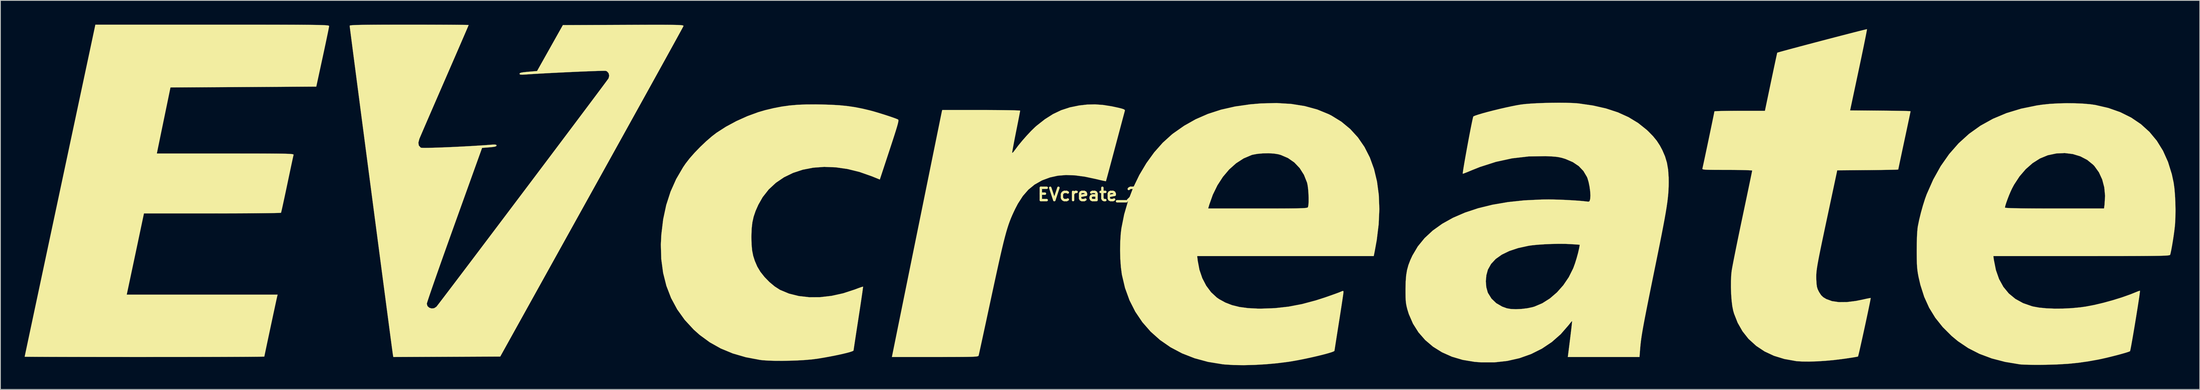
<source format=kicad_pcb>
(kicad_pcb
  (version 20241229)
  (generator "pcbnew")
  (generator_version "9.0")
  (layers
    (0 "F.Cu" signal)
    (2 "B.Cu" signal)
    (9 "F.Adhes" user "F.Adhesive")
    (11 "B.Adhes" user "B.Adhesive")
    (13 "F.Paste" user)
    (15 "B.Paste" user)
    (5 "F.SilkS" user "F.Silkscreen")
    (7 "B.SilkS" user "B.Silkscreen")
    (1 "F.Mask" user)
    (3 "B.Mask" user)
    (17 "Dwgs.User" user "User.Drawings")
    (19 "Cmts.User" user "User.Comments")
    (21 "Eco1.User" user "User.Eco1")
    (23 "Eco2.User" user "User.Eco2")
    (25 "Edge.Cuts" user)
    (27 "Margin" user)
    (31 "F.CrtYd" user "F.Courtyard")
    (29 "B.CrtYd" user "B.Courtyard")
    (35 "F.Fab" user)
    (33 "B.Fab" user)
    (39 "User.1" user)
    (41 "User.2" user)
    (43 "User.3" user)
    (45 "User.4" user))
  (footprint "EVcreate_250"
    (layer "F.Cu")
    (at 133.101 21.036)
    (property "Reference" "EVcreate_250" (at 0 0 0) (layer "F.SilkS") (effects (font (size 1.524 1.524) (thickness 0.3))))
    (attr through_hole)
    (fp_poly (pts (xy -34.37 -11.148) (xy -33.179 -11.11) (xy -32.138 -11.046) (xy -31.194 -10.95) (xy -30.296 -10.816) (xy -29.39 -10.638) (xy -28.455 -10.416) (xy -28.013 -10.296) (xy -27.489 -10.143) (xy -26.924 -9.969) (xy -26.36 -9.789) (xy -25.838 -9.615) (xy -25.4 -9.461) (xy -25.087 -9.341) (xy -24.968 -9.285) (xy -24.933 -9.24) (xy -24.924 -9.146) (xy -24.946 -8.985) (xy -25.002 -8.74) (xy -25.099 -8.391) (xy -25.241 -7.923) (xy -25.433 -7.317) (xy -25.68 -6.555) (xy -25.987 -5.62) (xy -26.018 -5.526) (xy -27.228 -1.857) (xy -28.219 -2.258) (xy -29.735 -2.791) (xy -31.231 -3.16) (xy -32.695 -3.37) (xy -34.114 -3.423) (xy -35.476 -3.323) (xy -36.768 -3.073) (xy -37.977 -2.675) (xy -39.09 -2.134) (xy -40.095 -1.451) (xy -40.979 -0.632) (xy -41.73 0.323) (xy -42.265 1.262) (xy -42.606 2.03) (xy -42.849 2.745) (xy -43.008 3.467) (xy -43.096 4.256) (xy -43.125 5.174) (xy -43.125 5.334) (xy -43.102 6.208) (xy -43.033 6.941) (xy -42.904 7.59) (xy -42.704 8.215) (xy -42.421 8.873) (xy -42.389 8.941) (xy -42.013 9.57) (xy -41.497 10.22) (xy -40.891 10.841) (xy -40.242 11.382) (xy -39.603 11.793) (xy -39.569 11.811) (xy -38.476 12.267) (xy -37.272 12.568) (xy -35.98 12.715) (xy -34.618 12.708) (xy -33.21 12.547) (xy -31.775 12.232) (xy -30.335 11.763) (xy -30.258 11.733) (xy -29.862 11.584) (xy -29.543 11.472) (xy -29.345 11.412) (xy -29.301 11.406) (xy -29.31 11.51) (xy -29.346 11.793) (xy -29.408 12.233) (xy -29.492 12.808) (xy -29.595 13.496) (xy -29.713 14.277) (xy -29.844 15.127) (xy -29.875 15.331) (xy -30.009 16.197) (xy -30.133 17.001) (xy -30.243 17.719) (xy -30.336 18.331) (xy -30.409 18.814) (xy -30.458 19.145) (xy -30.479 19.302) (xy -30.48 19.311) (xy -30.576 19.383) (xy -30.848 19.481) (xy -31.27 19.599) (xy -31.817 19.732) (xy -32.463 19.874) (xy -33.185 20.019) (xy -33.956 20.162) (xy -34.751 20.296) (xy -35.001 20.336) (xy -35.684 20.421) (xy -36.5 20.491) (xy -37.406 20.543) (xy -38.356 20.577) (xy -39.308 20.593) (xy -40.216 20.589) (xy -41.038 20.564) (xy -41.728 20.517) (xy -42.062 20.478) (xy -43.819 20.147) (xy -45.434 19.677) (xy -46.919 19.062) (xy -48.283 18.297) (xy -49.538 17.378) (xy -50.271 16.724) (xy -51.379 15.525) (xy -52.312 14.223) (xy -53.068 12.82) (xy -53.649 11.315) (xy -54.054 9.709) (xy -54.284 8.002) (xy -54.337 6.195) (xy -54.275 4.953) (xy -54.048 3.062) (xy -53.67 1.298) (xy -53.136 -0.355) (xy -52.441 -1.911) (xy -51.58 -3.384) (xy -51.275 -3.831) (xy -50.779 -4.471) (xy -50.159 -5.176) (xy -49.46 -5.897) (xy -48.731 -6.59) (xy -48.016 -7.207) (xy -47.445 -7.645) (xy -46.282 -8.394) (xy -44.986 -9.091) (xy -43.624 -9.704) (xy -42.264 -10.202) (xy -41.384 -10.457) (xy -40.354 -10.701) (xy -39.382 -10.888) (xy -38.421 -11.023) (xy -37.425 -11.11) (xy -36.347 -11.155) (xy -35.142 -11.161) (xy -34.37 -11.148)) (stroke (width 0.01) (type solid)) (fill yes) (layer "F.SilkS"))
    (fp_poly (pts (xy 0.4 -11.092) (xy 1.467 -10.924) (xy 2.264 -10.754) (xy 2.697 -10.647) (xy 2.961 -10.562) (xy 3.089 -10.482) (xy 3.112 -10.395) (xy 3.109 -10.379) (xy 3.073 -10.248) (xy 2.991 -9.942) (xy 2.867 -9.481) (xy 2.708 -8.886) (xy 2.52 -8.18) (xy 2.307 -7.382) (xy 2.076 -6.514) (xy 1.924 -5.944) (xy 1.685 -5.048) (xy 1.463 -4.215) (xy 1.261 -3.465) (xy 1.087 -2.818) (xy 0.945 -2.293) (xy 0.84 -1.912) (xy 0.779 -1.694) (xy 0.765 -1.649) (xy 0.663 -1.661) (xy 0.402 -1.714) (xy 0.022 -1.8) (xy -0.44 -1.91) (xy -0.478 -1.919) (xy -1.841 -2.209) (xy -3.066 -2.374) (xy -4.178 -2.414) (xy -5.201 -2.329) (xy -6.16 -2.117) (xy -7.078 -1.778) (xy -7.207 -1.72) (xy -8.071 -1.229) (xy -8.836 -0.603) (xy -9.517 0.178) (xy -10.132 1.13) (xy -10.468 1.774) (xy -10.656 2.169) (xy -10.828 2.544) (xy -10.987 2.916) (xy -11.138 3.299) (xy -11.285 3.707) (xy -11.431 4.156) (xy -11.581 4.661) (xy -11.738 5.236) (xy -11.907 5.896) (xy -12.09 6.656) (xy -12.293 7.531) (xy -12.52 8.535) (xy -12.773 9.684) (xy -13.058 10.992) (xy -13.378 12.475) (xy -13.612 13.564) (xy -13.848 14.659) (xy -14.071 15.699) (xy -14.28 16.664) (xy -14.469 17.539) (xy -14.635 18.305) (xy -14.775 18.945) (xy -14.884 19.441) (xy -14.958 19.776) (xy -14.995 19.932) (xy -14.997 19.939) (xy -15.019 19.978) (xy -15.07 20.011) (xy -15.166 20.039) (xy -15.325 20.061) (xy -15.561 20.078) (xy -15.891 20.092) (xy -16.332 20.102) (xy -16.899 20.109) (xy -17.609 20.113) (xy -18.478 20.116) (xy -19.522 20.117) (xy -20.39 20.117) (xy -25.73 20.117) (xy -25.674 19.837) (xy -25.608 19.51) (xy -25.507 19.012) (xy -25.374 18.357) (xy -25.212 17.559) (xy -25.024 16.629) (xy -24.811 15.583) (xy -24.577 14.432) (xy -24.325 13.191) (xy -24.057 11.872) (xy -23.776 10.49) (xy -23.485 9.057) (xy -23.186 7.586) (xy -22.882 6.091) (xy -22.576 4.586) (xy -22.27 3.083) (xy -21.967 1.596) (xy -21.671 0.138) (xy -21.383 -1.277) (xy -21.106 -2.637) (xy -20.844 -3.927) (xy -20.598 -5.135) (xy -20.371 -6.247) (xy -20.167 -7.251) (xy -19.987 -8.132) (xy -19.835 -8.877) (xy -19.714 -9.473) (xy -19.625 -9.907) (xy -19.572 -10.165) (xy -19.557 -10.236) (xy -19.503 -10.465) (xy -14.679 -10.465) (xy -13.711 -10.463) (xy -12.808 -10.458) (xy -11.989 -10.451) (xy -11.274 -10.441) (xy -10.684 -10.429) (xy -10.238 -10.415) (xy -9.955 -10.399) (xy -9.855 -10.383) (xy -9.855 -10.383) (xy -9.874 -10.265) (xy -9.929 -9.975) (xy -10.012 -9.541) (xy -10.12 -8.991) (xy -10.247 -8.352) (xy -10.364 -7.769) (xy -10.501 -7.077) (xy -10.622 -6.45) (xy -10.722 -5.917) (xy -10.796 -5.504) (xy -10.837 -5.24) (xy -10.845 -5.153) (xy -10.777 -5.18) (xy -10.634 -5.338) (xy -10.508 -5.506) (xy -10.083 -6.07) (xy -9.574 -6.688) (xy -9.027 -7.309) (xy -8.486 -7.883) (xy -7.996 -8.359) (xy -7.829 -8.507) (xy -6.797 -9.318) (xy -5.792 -9.956) (xy -4.771 -10.442) (xy -3.695 -10.793) (xy -2.54 -11.028) (xy -1.547 -11.14) (xy -0.586 -11.163) (xy 0.4 -11.092)) (stroke (width 0.01) (type solid)) (fill yes) (layer "F.SilkS"))
    (fp_poly (pts (xy 23.702 -11.218) (xy 25.379 -10.951) (xy 26.928 -10.527) (xy 28.35 -9.945) (xy 28.681 -9.777) (xy 29.915 -9.017) (xy 31.009 -8.112) (xy 31.962 -7.069) (xy 32.772 -5.892) (xy 33.437 -4.587) (xy 33.955 -3.16) (xy 34.325 -1.614) (xy 34.546 0.043) (xy 34.615 1.809) (xy 34.532 3.676) (xy 34.293 5.64) (xy 34.03 7.087) (xy 33.92 7.62) (xy 12.062 7.62) (xy 12.131 8.204) (xy 12.342 9.322) (xy 12.696 10.359) (xy 13.181 11.292) (xy 13.782 12.097) (xy 14.486 12.75) (xy 14.783 12.956) (xy 15.549 13.376) (xy 16.379 13.697) (xy 17.303 13.925) (xy 18.35 14.065) (xy 19.548 14.126) (xy 19.964 14.129) (xy 21.682 14.069) (xy 23.353 13.885) (xy 25.027 13.567) (xy 26.753 13.107) (xy 27.838 12.758) (xy 28.402 12.563) (xy 28.926 12.378) (xy 29.369 12.218) (xy 29.686 12.098) (xy 29.794 12.053) (xy 30.036 11.953) (xy 30.145 11.941) (xy 30.174 12.021) (xy 30.175 12.073) (xy 30.16 12.215) (xy 30.116 12.533) (xy 30.047 13.003) (xy 29.957 13.601) (xy 29.849 14.302) (xy 29.727 15.082) (xy 29.616 15.785) (xy 29.486 16.606) (xy 29.367 17.361) (xy 29.262 18.028) (xy 29.175 18.584) (xy 29.11 19.006) (xy 29.069 19.27) (xy 29.058 19.354) (xy 28.962 19.424) (xy 28.695 19.526) (xy 28.283 19.652) (xy 27.753 19.796) (xy 27.134 19.951) (xy 26.452 20.111) (xy 25.736 20.269) (xy 25.013 20.419) (xy 24.309 20.554) (xy 23.654 20.668) (xy 23.317 20.72) (xy 21.959 20.891) (xy 20.562 21.017) (xy 19.17 21.097) (xy 17.827 21.129) (xy 16.578 21.112) (xy 15.469 21.043) (xy 15.189 21.014) (xy 13.413 20.725) (xy 11.746 20.274) (xy 10.194 19.668) (xy 8.765 18.912) (xy 7.464 18.012) (xy 6.299 16.975) (xy 5.277 15.806) (xy 4.403 14.512) (xy 3.685 13.098) (xy 3.13 11.57) (xy 2.744 9.934) (xy 2.736 9.891) (xy 2.619 9.003) (xy 2.546 7.984) (xy 2.519 6.903) (xy 2.538 5.828) (xy 2.604 4.826) (xy 2.684 4.166) (xy 3.027 2.45) (xy 3.238 1.727) (xy 13.422 1.727) (xy 19.567 1.727) (xy 20.84 1.727) (xy 21.925 1.726) (xy 22.837 1.723) (xy 23.592 1.719) (xy 24.204 1.713) (xy 24.688 1.704) (xy 25.061 1.692) (xy 25.336 1.677) (xy 25.53 1.657) (xy 25.657 1.634) (xy 25.732 1.605) (xy 25.771 1.572) (xy 25.783 1.549) (xy 25.833 1.3) (xy 25.858 0.902) (xy 25.859 0.408) (xy 25.839 -0.129) (xy 25.799 -0.655) (xy 25.741 -1.118) (xy 25.668 -1.466) (xy 25.666 -1.473) (xy 25.282 -2.437) (xy 24.751 -3.274) (xy 24.086 -3.973) (xy 23.3 -4.519) (xy 22.407 -4.901) (xy 22.086 -4.989) (xy 21.545 -5.074) (xy 20.887 -5.108) (xy 20.186 -5.094) (xy 19.515 -5.035) (xy 18.946 -4.931) (xy 18.796 -4.889) (xy 17.813 -4.472) (xy 16.885 -3.873) (xy 16.025 -3.107) (xy 15.248 -2.19) (xy 14.567 -1.139) (xy 13.996 0.029) (xy 13.574 1.215) (xy 13.422 1.727) (xy 3.238 1.727) (xy 3.519 0.765) (xy 4.149 -0.868) (xy 4.905 -2.425) (xy 5.773 -3.883) (xy 6.74 -5.219) (xy 7.795 -6.41) (xy 8.925 -7.434) (xy 9.084 -7.558) (xy 10.445 -8.513) (xy 11.873 -9.318) (xy 13.387 -9.979) (xy 15.005 -10.504) (xy 16.742 -10.898) (xy 18.618 -11.167) (xy 19.963 -11.281) (xy 21.897 -11.328) (xy 23.702 -11.218)) (stroke (width 0.01) (type solid)) (fill yes) (layer "F.SilkS"))
    (fp_poly (pts (xy -107.869 -21.031) (xy -106.059 -21.031) (xy -104.433 -21.03) (xy -102.98 -21.029) (xy -101.692 -21.027) (xy -100.558 -21.024) (xy -99.569 -21.021) (xy -98.714 -21.016) (xy -97.984 -21.011) (xy -97.37 -21.004) (xy -96.86 -20.996) (xy -96.447 -20.986) (xy -96.119 -20.975) (xy -95.868 -20.962) (xy -95.682 -20.947) (xy -95.553 -20.931) (xy -95.471 -20.912) (xy -95.426 -20.891) (xy -95.408 -20.868) (xy -95.406 -20.853) (xy -95.428 -20.716) (xy -95.488 -20.404) (xy -95.583 -19.94) (xy -95.706 -19.347) (xy -95.853 -18.649) (xy -96.019 -17.869) (xy -96.2 -17.031) (xy -96.203 -17.018) (xy -96.996 -13.36) (xy -115.047 -13.259) (xy -115.824 -9.5) (xy -116.002 -8.64) (xy -116.169 -7.832) (xy -116.32 -7.1) (xy -116.45 -6.468) (xy -116.555 -5.961) (xy -116.628 -5.602) (xy -116.666 -5.416) (xy -116.667 -5.41) (xy -116.733 -5.08) (xy -108.245 -5.08) (xy -106.734 -5.08) (xy -105.413 -5.079) (xy -104.271 -5.078) (xy -103.293 -5.075) (xy -102.468 -5.071) (xy -101.782 -5.066) (xy -101.224 -5.059) (xy -100.78 -5.049) (xy -100.438 -5.037) (xy -100.184 -5.023) (xy -100.008 -5.005) (xy -99.894 -4.985) (xy -99.832 -4.961) (xy -99.809 -4.933) (xy -99.81 -4.902) (xy -99.843 -4.764) (xy -99.912 -4.45) (xy -100.012 -3.987) (xy -100.138 -3.396) (xy -100.285 -2.704) (xy -100.448 -1.934) (xy -100.587 -1.272) (xy -100.758 -0.461) (xy -100.918 0.286) (xy -101.061 0.947) (xy -101.181 1.498) (xy -101.275 1.916) (xy -101.337 2.177) (xy -101.361 2.259) (xy -101.467 2.271) (xy -101.762 2.282) (xy -102.23 2.293) (xy -102.856 2.303) (xy -103.625 2.311) (xy -104.523 2.319) (xy -105.533 2.326) (xy -106.641 2.331) (xy -107.833 2.334) (xy -109.092 2.336) (xy -109.869 2.337) (xy -118.33 2.337) (xy -118.969 5.359) (xy -119.156 6.245) (xy -119.355 7.184) (xy -119.554 8.123) (xy -119.743 9.012) (xy -119.91 9.799) (xy -120.035 10.389) (xy -120.462 12.395) (xy -101.781 12.395) (xy -101.838 12.624) (xy -101.875 12.785) (xy -101.947 13.11) (xy -102.047 13.572) (xy -102.17 14.145) (xy -102.312 14.8) (xy -102.464 15.513) (xy -102.623 16.255) (xy -102.782 17) (xy -102.936 17.721) (xy -103.079 18.392) (xy -103.204 18.986) (xy -103.307 19.475) (xy -103.382 19.833) (xy -103.423 20.034) (xy -103.429 20.067) (xy -103.529 20.073) (xy -103.82 20.079) (xy -104.293 20.084) (xy -104.934 20.089) (xy -105.734 20.094) (xy -106.681 20.098) (xy -107.764 20.102) (xy -108.971 20.106) (xy -110.291 20.109) (xy -111.713 20.112) (xy -113.225 20.114) (xy -114.817 20.115) (xy -116.477 20.116) (xy -118.194 20.117) (xy -118.262 20.117) (xy -119.981 20.117) (xy -121.644 20.116) (xy -123.239 20.115) (xy -124.755 20.113) (xy -126.18 20.111) (xy -127.504 20.109) (xy -128.716 20.106) (xy -129.804 20.104) (xy -130.756 20.1) (xy -131.562 20.097) (xy -132.21 20.093) (xy -132.689 20.09) (xy -132.988 20.086) (xy -133.096 20.081) (xy -133.096 20.081) (xy -133.075 19.98) (xy -133.014 19.689) (xy -132.914 19.218) (xy -132.778 18.577) (xy -132.608 17.774) (xy -132.405 16.819) (xy -132.171 15.721) (xy -131.91 14.49) (xy -131.621 13.135) (xy -131.308 11.666) (xy -130.973 10.091) (xy -130.617 8.42) (xy -130.243 6.662) (xy -129.852 4.827) (xy -129.446 2.924) (xy -129.028 0.962) (xy -128.778 -0.213) (xy -128.353 -2.209) (xy -127.938 -4.154) (xy -127.537 -6.038) (xy -127.15 -7.852) (xy -126.78 -9.586) (xy -126.43 -11.232) (xy -126.1 -12.779) (xy -125.793 -14.218) (xy -125.512 -15.539) (xy -125.257 -16.734) (xy -125.031 -17.792) (xy -124.837 -18.705) (xy -124.676 -19.461) (xy -124.55 -20.053) (xy -124.461 -20.471) (xy -124.411 -20.705) (xy -124.401 -20.752) (xy -124.342 -21.031) (xy -109.872 -21.031) (xy -107.869 -21.031)) (stroke (width 0.01) (type solid)) (fill yes) (layer "F.SilkS"))
    (fp_poly (pts (xy 120.731 -11.298) (xy 121.73 -11.255) (xy 122.623 -11.179) (xy 123.243 -11.091) (xy 124.867 -10.716) (xy 126.351 -10.193) (xy 127.695 -9.525) (xy 128.896 -8.712) (xy 129.953 -7.756) (xy 130.866 -6.657) (xy 131.633 -5.417) (xy 132.253 -4.037) (xy 132.725 -2.519) (xy 132.949 -1.473) (xy 133.045 -0.784) (xy 133.116 0.049) (xy 133.162 0.967) (xy 133.18 1.911) (xy 133.168 2.823) (xy 133.126 3.645) (xy 133.102 3.917) (xy 133.039 4.459) (xy 132.955 5.074) (xy 132.858 5.712) (xy 132.755 6.326) (xy 132.656 6.865) (xy 132.568 7.279) (xy 132.525 7.442) (xy 132.509 7.47) (xy 132.469 7.495) (xy 132.395 7.517) (xy 132.275 7.537) (xy 132.099 7.553) (xy 131.854 7.568) (xy 131.529 7.58) (xy 131.114 7.59) (xy 130.596 7.598) (xy 129.965 7.605) (xy 129.208 7.61) (xy 128.316 7.614) (xy 127.276 7.617) (xy 126.078 7.618) (xy 124.709 7.619) (xy 123.159 7.62) (xy 121.551 7.62) (xy 110.63 7.62) (xy 110.696 8.103) (xy 110.947 9.36) (xy 111.338 10.471) (xy 111.87 11.435) (xy 112.543 12.253) (xy 113.357 12.924) (xy 114.311 13.449) (xy 115.407 13.829) (xy 115.555 13.866) (xy 116.297 14.001) (xy 117.192 14.088) (xy 118.195 14.129) (xy 119.262 14.122) (xy 120.347 14.068) (xy 121.407 13.966) (xy 122.072 13.873) (xy 123.106 13.676) (xy 124.24 13.408) (xy 125.411 13.087) (xy 126.553 12.732) (xy 127.603 12.36) (xy 128.259 12.096) (xy 128.54 11.982) (xy 128.732 11.916) (xy 128.782 11.91) (xy 128.778 12.019) (xy 128.743 12.301) (xy 128.683 12.729) (xy 128.6 13.275) (xy 128.501 13.914) (xy 128.389 14.617) (xy 128.269 15.359) (xy 128.145 16.11) (xy 128.022 16.846) (xy 127.904 17.537) (xy 127.795 18.158) (xy 127.701 18.682) (xy 127.625 19.08) (xy 127.573 19.327) (xy 127.55 19.397) (xy 127.411 19.46) (xy 127.108 19.56) (xy 126.679 19.686) (xy 126.158 19.83) (xy 125.581 19.98) (xy 124.983 20.129) (xy 124.401 20.267) (xy 123.869 20.384) (xy 123.647 20.43) (xy 122.361 20.661) (xy 121.127 20.836) (xy 119.881 20.96) (xy 118.559 21.039) (xy 117.145 21.08) (xy 116.403 21.088) (xy 115.682 21.087) (xy 115.023 21.079) (xy 114.465 21.063) (xy 114.049 21.041) (xy 113.894 21.026) (xy 112.087 20.726) (xy 110.429 20.294) (xy 108.909 19.726) (xy 107.519 19.017) (xy 106.25 18.164) (xy 105.46 17.508) (xy 104.362 16.413) (xy 103.44 15.258) (xy 102.681 14.02) (xy 102.072 12.676) (xy 101.6 11.202) (xy 101.371 10.216) (xy 101.291 9.793) (xy 101.231 9.396) (xy 101.19 8.982) (xy 101.163 8.51) (xy 101.149 7.935) (xy 101.143 7.216) (xy 101.143 6.909) (xy 101.151 6.013) (xy 101.173 5.225) (xy 101.21 4.573) (xy 101.258 4.085) (xy 101.277 3.962) (xy 101.442 3.15) (xy 101.66 2.259) (xy 101.839 1.618) (xy 112.065 1.618) (xy 112.141 1.643) (xy 112.374 1.665) (xy 112.77 1.683) (xy 113.336 1.698) (xy 114.076 1.71) (xy 114.998 1.718) (xy 116.107 1.724) (xy 117.411 1.727) (xy 118.198 1.727) (xy 124.331 1.727) (xy 124.395 1.256) (xy 124.462 0.164) (xy 124.363 -0.885) (xy 124.106 -1.864) (xy 123.698 -2.75) (xy 123.148 -3.515) (xy 122.976 -3.697) (xy 122.243 -4.29) (xy 121.396 -4.73) (xy 120.461 -5.013) (xy 119.463 -5.134) (xy 118.43 -5.087) (xy 117.388 -4.867) (xy 117.348 -4.855) (xy 116.397 -4.463) (xy 115.488 -3.886) (xy 114.64 -3.141) (xy 113.869 -2.245) (xy 113.193 -1.213) (xy 112.941 -0.74) (xy 112.762 -0.356) (xy 112.572 0.094) (xy 112.39 0.563) (xy 112.233 1.001) (xy 112.119 1.36) (xy 112.066 1.592) (xy 112.065 1.618) (xy 101.839 1.618) (xy 101.911 1.361) (xy 102.173 0.532) (xy 102.381 -0.038) (xy 103.188 -1.858) (xy 104.112 -3.514) (xy 105.157 -5.006) (xy 106.325 -6.338) (xy 107.616 -7.509) (xy 109.034 -8.522) (xy 110.581 -9.379) (xy 112.258 -10.082) (xy 114.069 -10.631) (xy 116.015 -11.029) (xy 116.704 -11.129) (xy 117.612 -11.223) (xy 118.62 -11.282) (xy 119.677 -11.307) (xy 120.731 -11.298)) (stroke (width 0.01) (type solid)) (fill yes) (layer "F.SilkS"))
    (fp_poly (pts (xy 94.97 -20.365) (xy 94.919 -20.08) (xy 94.833 -19.635) (xy 94.715 -19.048) (xy 94.571 -18.338) (xy 94.402 -17.524) (xy 94.214 -16.625) (xy 94.01 -15.661) (xy 93.959 -15.42) (xy 92.894 -10.414) (xy 96.637 -10.387) (xy 97.487 -10.38) (xy 98.269 -10.371) (xy 98.961 -10.36) (xy 99.54 -10.349) (xy 99.985 -10.337) (xy 100.273 -10.325) (xy 100.381 -10.313) (xy 100.381 -10.313) (xy 100.36 -10.206) (xy 100.302 -9.923) (xy 100.21 -9.486) (xy 100.09 -8.919) (xy 99.947 -8.243) (xy 99.785 -7.482) (xy 99.619 -6.706) (xy 99.443 -5.885) (xy 99.282 -5.128) (xy 99.14 -4.458) (xy 99.021 -3.897) (xy 98.932 -3.469) (xy 98.875 -3.195) (xy 98.857 -3.099) (xy 98.759 -3.087) (xy 98.48 -3.075) (xy 98.043 -3.063) (xy 97.469 -3.052) (xy 96.782 -3.041) (xy 96.002 -3.032) (xy 95.154 -3.024) (xy 95.08 -3.024) (xy 91.302 -2.997) (xy 90.154 2.388) (xy 89.865 3.742) (xy 89.617 4.914) (xy 89.405 5.92) (xy 89.228 6.775) (xy 89.082 7.497) (xy 88.965 8.101) (xy 88.873 8.603) (xy 88.805 9.02) (xy 88.756 9.368) (xy 88.725 9.662) (xy 88.708 9.92) (xy 88.703 10.157) (xy 88.706 10.39) (xy 88.714 10.606) (xy 88.744 11.087) (xy 88.793 11.434) (xy 88.879 11.717) (xy 89.018 12.007) (xy 89.067 12.095) (xy 89.305 12.461) (xy 89.57 12.716) (xy 89.946 12.941) (xy 89.95 12.943) (xy 90.653 13.2) (xy 91.504 13.324) (xy 92.499 13.316) (xy 93.631 13.174) (xy 94.52 12.992) (xy 94.917 12.903) (xy 95.231 12.841) (xy 95.415 12.814) (xy 95.444 12.817) (xy 95.431 12.922) (xy 95.38 13.198) (xy 95.295 13.619) (xy 95.184 14.156) (xy 95.052 14.784) (xy 94.905 15.474) (xy 94.749 16.2) (xy 94.589 16.935) (xy 94.432 17.651) (xy 94.283 18.322) (xy 94.149 18.92) (xy 94.035 19.419) (xy 93.946 19.79) (xy 93.89 20.008) (xy 93.874 20.054) (xy 93.76 20.085) (xy 93.478 20.136) (xy 93.057 20.204) (xy 92.532 20.283) (xy 91.933 20.368) (xy 91.893 20.373) (xy 90.858 20.498) (xy 89.811 20.593) (xy 88.792 20.656) (xy 87.842 20.685) (xy 87.002 20.679) (xy 86.311 20.636) (xy 86.186 20.622) (xy 84.756 20.365) (xy 83.47 19.97) (xy 82.314 19.433) (xy 81.28 18.747) (xy 80.354 17.907) (xy 80.288 17.837) (xy 79.572 16.929) (xy 78.978 15.888) (xy 78.531 14.754) (xy 78.422 14.376) (xy 78.312 13.824) (xy 78.227 13.125) (xy 78.17 12.332) (xy 78.141 11.499) (xy 78.145 10.682) (xy 78.181 9.934) (xy 78.227 9.491) (xy 78.271 9.223) (xy 78.352 8.777) (xy 78.468 8.176) (xy 78.614 7.44) (xy 78.784 6.591) (xy 78.976 5.65) (xy 79.185 4.639) (xy 79.406 3.579) (xy 79.56 2.852) (xy 79.781 1.802) (xy 79.99 0.811) (xy 80.182 -0.103) (xy 80.353 -0.921) (xy 80.5 -1.627) (xy 80.619 -2.202) (xy 80.707 -2.629) (xy 80.758 -2.889) (xy 80.772 -2.965) (xy 80.675 -2.986) (xy 80.398 -3.004) (xy 79.968 -3.021) (xy 79.409 -3.034) (xy 78.745 -3.043) (xy 78 -3.048) (xy 77.666 -3.048) (xy 76.79 -3.049) (xy 76.096 -3.051) (xy 75.564 -3.057) (xy 75.173 -3.068) (xy 74.903 -3.084) (xy 74.733 -3.106) (xy 74.641 -3.137) (xy 74.609 -3.178) (xy 74.613 -3.226) (xy 74.646 -3.366) (xy 74.714 -3.674) (xy 74.811 -4.12) (xy 74.93 -4.678) (xy 75.066 -5.32) (xy 75.214 -6.018) (xy 75.367 -6.744) (xy 75.519 -7.471) (xy 75.665 -8.171) (xy 75.799 -8.815) (xy 75.915 -9.377) (xy 76.008 -9.828) (xy 76.07 -10.142) (xy 76.098 -10.289) (xy 76.098 -10.296) (xy 76.196 -10.312) (xy 76.472 -10.328) (xy 76.902 -10.341) (xy 77.462 -10.351) (xy 78.128 -10.359) (xy 78.873 -10.363) (xy 79.225 -10.363) (xy 82.351 -10.363) (xy 83.102 -13.945) (xy 83.276 -14.768) (xy 83.436 -15.526) (xy 83.579 -16.197) (xy 83.699 -16.758) (xy 83.792 -17.186) (xy 83.852 -17.46) (xy 83.876 -17.557) (xy 83.978 -17.591) (xy 84.255 -17.671) (xy 84.685 -17.79) (xy 85.247 -17.943) (xy 85.92 -18.124) (xy 86.682 -18.327) (xy 87.511 -18.547) (xy 88.387 -18.778) (xy 89.287 -19.015) (xy 90.191 -19.252) (xy 91.077 -19.483) (xy 91.923 -19.702) (xy 92.708 -19.905) (xy 93.411 -20.086) (xy 94.01 -20.238) (xy 94.484 -20.356) (xy 94.811 -20.435) (xy 94.97 -20.469) (xy 94.982 -20.47) (xy 94.97 -20.365)) (stroke (width 0.01) (type solid)) (fill yes) (layer "F.SilkS"))
    (fp_poly (pts (xy 57.73 -11.358) (xy 58.495 -11.334) (xy 59.121 -11.295) (xy 59.265 -11.281) (xy 61.053 -11.023) (xy 62.677 -10.655) (xy 64.147 -10.174) (xy 65.469 -9.575) (xy 66.655 -8.854) (xy 67.712 -8.01) (xy 67.904 -7.83) (xy 68.494 -7.227) (xy 68.959 -6.659) (xy 69.35 -6.058) (xy 69.648 -5.498) (xy 69.984 -4.721) (xy 70.22 -3.931) (xy 70.366 -3.077) (xy 70.432 -2.109) (xy 70.439 -1.524) (xy 70.432 -1.056) (xy 70.414 -0.595) (xy 70.383 -0.123) (xy 70.335 0.379) (xy 70.269 0.929) (xy 70.18 1.544) (xy 70.066 2.243) (xy 69.925 3.044) (xy 69.752 3.965) (xy 69.547 5.025) (xy 69.305 6.241) (xy 69.024 7.631) (xy 68.925 8.117) (xy 68.602 9.703) (xy 68.317 11.105) (xy 68.068 12.336) (xy 67.852 13.413) (xy 67.666 14.349) (xy 67.508 15.158) (xy 67.375 15.857) (xy 67.265 16.458) (xy 67.174 16.977) (xy 67.1 17.428) (xy 67.041 17.826) (xy 66.994 18.186) (xy 66.955 18.522) (xy 66.923 18.848) (xy 66.895 19.18) (xy 66.884 19.323) (xy 66.823 20.117) (xy 57.949 20.117) (xy 58.227 17.907) (xy 58.307 17.262) (xy 58.375 16.689) (xy 58.428 16.216) (xy 58.464 15.874) (xy 58.478 15.691) (xy 58.476 15.669) (xy 58.406 15.729) (xy 58.25 15.912) (xy 58.042 16.177) (xy 57.072 17.292) (xy 55.966 18.264) (xy 54.738 19.085) (xy 53.4 19.753) (xy 51.966 20.262) (xy 50.449 20.606) (xy 48.86 20.781) (xy 47.214 20.781) (xy 46.377 20.715) (xy 44.934 20.476) (xy 43.594 20.079) (xy 42.367 19.532) (xy 41.261 18.842) (xy 40.289 18.016) (xy 39.458 17.064) (xy 38.78 15.992) (xy 38.264 14.808) (xy 38.081 14.219) (xy 37.99 13.858) (xy 37.926 13.522) (xy 37.885 13.162) (xy 37.863 12.731) (xy 37.855 12.179) (xy 37.855 11.684) (xy 37.876 10.776) (xy 37.879 10.738) (xy 47.797 10.738) (xy 47.853 11.462) (xy 48.029 12.104) (xy 48.07 12.199) (xy 48.5 12.89) (xy 49.084 13.45) (xy 49.818 13.876) (xy 50.394 14.085) (xy 50.884 14.172) (xy 51.506 14.199) (xy 52.2 14.168) (xy 52.903 14.085) (xy 53.555 13.951) (xy 53.81 13.878) (xy 54.791 13.462) (xy 55.73 12.867) (xy 56.604 12.116) (xy 57.389 11.232) (xy 58.064 10.238) (xy 58.604 9.157) (xy 58.651 9.04) (xy 58.843 8.51) (xy 59.038 7.883) (xy 59.214 7.244) (xy 59.344 6.68) (xy 59.371 6.537) (xy 59.427 6.217) (xy 58.339 6.142) (xy 57.63 6.111) (xy 56.808 6.106) (xy 55.93 6.123) (xy 55.049 6.16) (xy 54.221 6.216) (xy 53.502 6.288) (xy 53.086 6.348) (xy 51.812 6.626) (xy 50.707 6.992) (xy 49.776 7.443) (xy 49.022 7.977) (xy 48.449 8.593) (xy 48.06 9.287) (xy 48.048 9.317) (xy 47.862 9.999) (xy 47.797 10.738) (xy 37.879 10.738) (xy 37.934 10.016) (xy 38.043 9.354) (xy 38.211 8.737) (xy 38.45 8.112) (xy 38.713 7.545) (xy 39.375 6.426) (xy 40.215 5.398) (xy 41.225 4.462) (xy 42.4 3.621) (xy 43.733 2.878) (xy 45.219 2.236) (xy 46.85 1.696) (xy 48.622 1.262) (xy 50.526 0.936) (xy 52.559 0.721) (xy 54.712 0.619) (xy 55.575 0.61) (xy 56.236 0.618) (xy 56.986 0.64) (xy 57.774 0.674) (xy 58.551 0.717) (xy 59.268 0.765) (xy 59.873 0.817) (xy 60.27 0.863) (xy 60.517 0.885) (xy 60.637 0.823) (xy 60.7 0.627) (xy 60.718 0.534) (xy 60.746 0.132) (xy 60.716 -0.392) (xy 60.639 -0.971) (xy 60.524 -1.534) (xy 60.383 -2.014) (xy 60.318 -2.173) (xy 59.883 -2.907) (xy 59.305 -3.517) (xy 58.571 -4.011) (xy 57.67 -4.398) (xy 57.556 -4.436) (xy 57.194 -4.544) (xy 56.847 -4.621) (xy 56.465 -4.676) (xy 55.997 -4.714) (xy 55.392 -4.742) (xy 55.162 -4.75) (xy 53.095 -4.716) (xy 51.055 -4.481) (xy 49.043 -4.045) (xy 47.059 -3.408) (xy 46.167 -3.052) (xy 45.716 -2.864) (xy 45.338 -2.712) (xy 45.07 -2.61) (xy 44.946 -2.572) (xy 44.943 -2.572) (xy 44.946 -2.682) (xy 44.984 -2.964) (xy 45.051 -3.39) (xy 45.142 -3.932) (xy 45.252 -4.562) (xy 45.376 -5.253) (xy 45.508 -5.977) (xy 45.643 -6.707) (xy 45.777 -7.415) (xy 45.904 -8.072) (xy 46.02 -8.652) (xy 46.118 -9.126) (xy 46.194 -9.467) (xy 46.243 -9.647) (xy 46.254 -9.668) (xy 46.48 -9.769) (xy 46.874 -9.901) (xy 47.403 -10.058) (xy 48.035 -10.231) (xy 48.737 -10.412) (xy 49.478 -10.592) (xy 50.225 -10.764) (xy 50.947 -10.92) (xy 51.611 -11.051) (xy 52.07 -11.131) (xy 52.612 -11.199) (xy 53.314 -11.256) (xy 54.133 -11.303) (xy 55.028 -11.337) (xy 55.954 -11.358) (xy 56.869 -11.365) (xy 57.73 -11.358)) (stroke (width 0.01) (type solid)) (fill yes) (layer "F.SilkS"))
    (fp_poly (pts (xy -84.293 -21.031) (xy -83.151 -21.029) (xy -82.086 -21.026) (xy -81.114 -21.023) (xy -80.251 -21.019) (xy -79.513 -21.014) (xy -78.916 -21.008) (xy -78.476 -21.002) (xy -78.21 -20.995) (xy -78.13 -20.989) (xy -78.17 -20.891) (xy -78.284 -20.622) (xy -78.467 -20.196) (xy -78.712 -19.628) (xy -79.013 -18.932) (xy -79.363 -18.124) (xy -79.756 -17.218) (xy -80.186 -16.229) (xy -80.646 -15.171) (xy -81.087 -14.156) (xy -81.575 -13.035) (xy -82.043 -11.958) (xy -82.485 -10.942) (xy -82.892 -10.003) (xy -83.259 -9.157) (xy -83.578 -8.419) (xy -83.842 -7.805) (xy -84.045 -7.333) (xy -84.18 -7.017) (xy -84.235 -6.885) (xy -84.354 -6.422) (xy -84.301 -6.067) (xy -84.077 -5.821) (xy -84.036 -5.798) (xy -83.895 -5.781) (xy -83.575 -5.775) (xy -83.101 -5.78) (xy -82.497 -5.794) (xy -81.787 -5.817) (xy -80.995 -5.847) (xy -80.146 -5.883) (xy -79.264 -5.925) (xy -78.373 -5.972) (xy -77.497 -6.021) (xy -76.66 -6.074) (xy -75.887 -6.127) (xy -75.514 -6.156) (xy -75.097 -6.183) (xy -74.843 -6.183) (xy -74.716 -6.15) (xy -74.677 -6.082) (xy -74.676 -6.068) (xy -74.721 -5.988) (xy -74.876 -5.928) (xy -75.175 -5.881) (xy -75.572 -5.843) (xy -76.468 -5.773) (xy -79.89 3.743) (xy -80.37 5.081) (xy -80.83 6.368) (xy -81.266 7.591) (xy -81.672 8.737) (xy -82.044 9.792) (xy -82.377 10.744) (xy -82.667 11.579) (xy -82.909 12.283) (xy -83.099 12.844) (xy -83.231 13.248) (xy -83.302 13.481) (xy -83.312 13.532) (xy -83.226 13.82) (xy -83.008 14.017) (xy -82.714 14.108) (xy -82.402 14.075) (xy -82.129 13.9) (xy -82.124 13.894) (xy -82.029 13.776) (xy -81.821 13.507) (xy -81.507 13.097) (xy -81.095 12.556) (xy -80.593 11.895) (xy -80.007 11.124) (xy -79.347 10.252) (xy -78.618 9.29) (xy -77.83 8.248) (xy -76.99 7.136) (xy -76.106 5.965) (xy -75.184 4.744) (xy -74.233 3.484) (xy -73.261 2.195) (xy -72.275 0.887) (xy -71.282 -0.429) (xy -70.291 -1.744) (xy -69.31 -3.048) (xy -68.344 -4.33) (xy -67.404 -5.58) (xy -66.495 -6.788) (xy -65.626 -7.944) (xy -64.805 -9.037) (xy -64.039 -10.057) (xy -63.335 -10.995) (xy -62.702 -11.84) (xy -62.147 -12.582) (xy -61.677 -13.211) (xy -61.301 -13.716) (xy -61.026 -14.088) (xy -60.86 -14.316) (xy -60.81 -14.388) (xy -60.731 -14.716) (xy -60.804 -15.024) (xy -61.006 -15.25) (xy -61.148 -15.311) (xy -61.292 -15.317) (xy -61.616 -15.314) (xy -62.094 -15.302) (xy -62.705 -15.281) (xy -63.422 -15.254) (xy -64.224 -15.222) (xy -65.085 -15.184) (xy -65.983 -15.143) (xy -66.893 -15.099) (xy -67.791 -15.054) (xy -68.654 -15.009) (xy -69.458 -14.964) (xy -70.179 -14.921) (xy -70.794 -14.881) (xy -71.095 -14.86) (xy -71.483 -14.837) (xy -71.708 -14.846) (xy -71.811 -14.891) (xy -71.831 -14.956) (xy -71.789 -15.03) (xy -71.642 -15.088) (xy -71.36 -15.138) (xy -70.914 -15.185) (xy -70.747 -15.2) (xy -69.662 -15.291) (xy -66.466 -20.98) (xy -58.976 -21.006) (xy -57.563 -21.011) (xy -56.339 -21.015) (xy -55.292 -21.017) (xy -54.407 -21.017) (xy -53.671 -21.015) (xy -53.071 -21.01) (xy -52.593 -21.003) (xy -52.224 -20.993) (xy -51.951 -20.98) (xy -51.759 -20.964) (xy -51.635 -20.943) (xy -51.566 -20.919) (xy -51.538 -20.89) (xy -51.538 -20.857) (xy -51.539 -20.854) (xy -51.592 -20.75) (xy -51.74 -20.476) (xy -51.978 -20.04) (xy -52.301 -19.451) (xy -52.705 -18.716) (xy -53.187 -17.843) (xy -53.74 -16.84) (xy -54.362 -15.715) (xy -55.047 -14.476) (xy -55.792 -13.13) (xy -56.591 -11.687) (xy -57.441 -10.153) (xy -58.337 -8.537) (xy -59.274 -6.847) (xy -60.249 -5.09) (xy -61.256 -3.275) (xy -62.292 -1.409) (xy -62.905 -0.305) (xy -74.221 20.066) (xy -80.84 20.092) (xy -87.459 20.118) (xy -87.522 19.737) (xy -87.543 19.585) (xy -87.589 19.247) (xy -87.659 18.732) (xy -87.749 18.054) (xy -87.86 17.222) (xy -87.989 16.25) (xy -88.134 15.149) (xy -88.296 13.93) (xy -88.47 12.606) (xy -88.658 11.187) (xy -88.856 9.685) (xy -89.063 8.112) (xy -89.278 6.48) (xy -89.499 4.801) (xy -89.725 3.085) (xy -89.954 1.345) (xy -90.184 -0.408) (xy -90.415 -2.162) (xy -90.644 -3.906) (xy -90.87 -5.627) (xy -91.091 -7.314) (xy -91.307 -8.956) (xy -91.515 -10.541) (xy -91.713 -12.057) (xy -91.901 -13.493) (xy -92.077 -14.837) (xy -92.239 -16.077) (xy -92.386 -17.201) (xy -92.516 -18.199) (xy -92.627 -19.058) (xy -92.719 -19.767) (xy -92.79 -20.314) (xy -92.837 -20.687) (xy -92.86 -20.875) (xy -92.862 -20.895) (xy -92.833 -20.922) (xy -92.736 -20.945) (xy -92.56 -20.964) (xy -92.292 -20.981) (xy -91.919 -20.995) (xy -91.429 -21.006) (xy -90.809 -21.015) (xy -90.047 -21.021) (xy -89.131 -21.026) (xy -88.047 -21.029) (xy -86.784 -21.031) (xy -85.496 -21.031) (xy -84.293 -21.031)) (stroke (width 0.01) (type solid)) (fill yes) (layer "F.SilkS")))
  (gr_rect
    (start -3 -3)
    (end 269.286 45.171)
    (stroke (width 0.1) (type default))
    (fill no)
    (layer "Edge.Cuts")))
</source>
